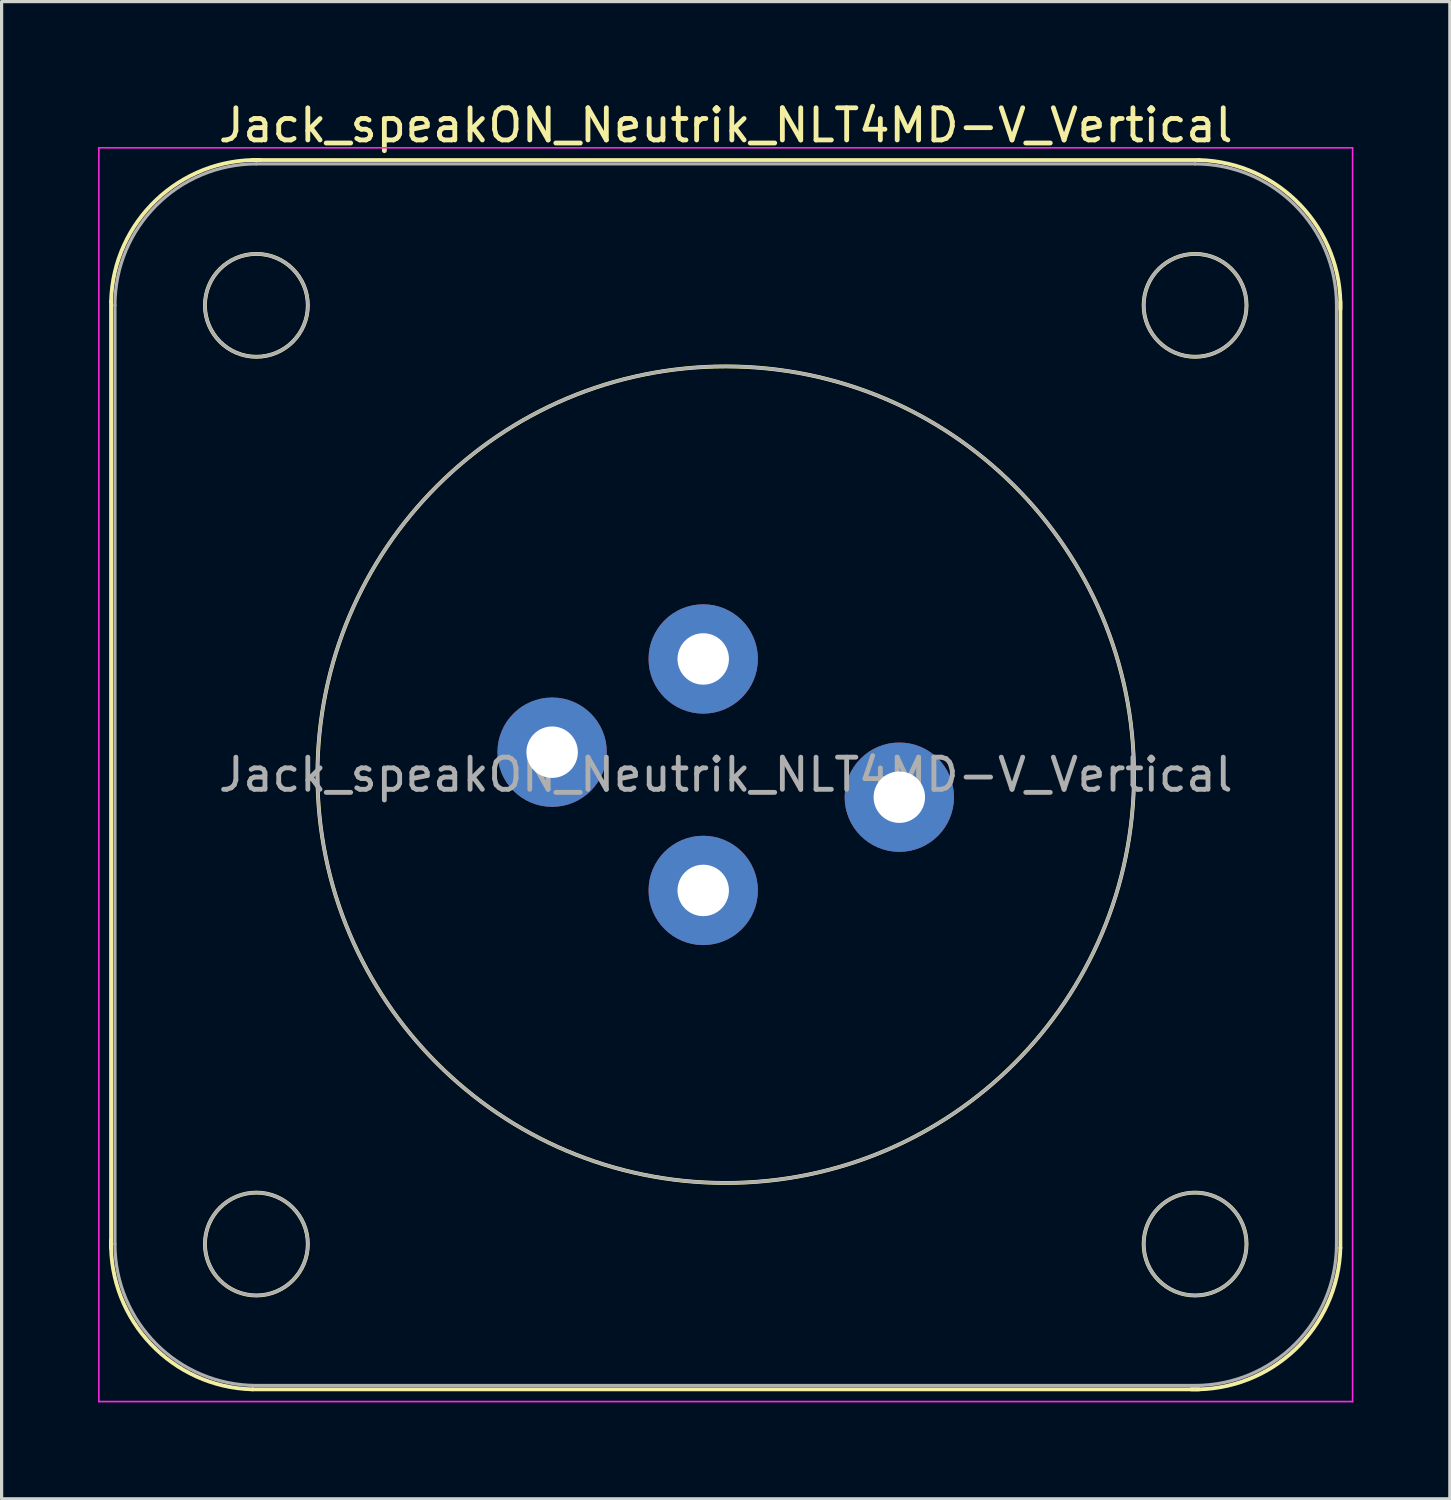
<source format=kicad_pcb>
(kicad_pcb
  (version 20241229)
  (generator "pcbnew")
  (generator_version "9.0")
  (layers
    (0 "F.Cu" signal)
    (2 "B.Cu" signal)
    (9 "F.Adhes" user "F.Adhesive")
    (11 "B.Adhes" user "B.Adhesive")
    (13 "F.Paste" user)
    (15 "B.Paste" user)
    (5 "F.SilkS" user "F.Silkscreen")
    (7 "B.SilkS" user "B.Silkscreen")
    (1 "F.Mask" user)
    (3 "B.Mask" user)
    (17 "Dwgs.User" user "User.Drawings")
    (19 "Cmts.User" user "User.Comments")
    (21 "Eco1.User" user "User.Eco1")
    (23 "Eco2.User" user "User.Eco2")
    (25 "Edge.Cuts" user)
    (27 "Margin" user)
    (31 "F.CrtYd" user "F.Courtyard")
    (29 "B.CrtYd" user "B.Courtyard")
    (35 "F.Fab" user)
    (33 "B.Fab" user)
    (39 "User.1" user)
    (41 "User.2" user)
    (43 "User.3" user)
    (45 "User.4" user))
  (footprint "Jack_speakON_Neutrik_NLT4MD-V_Vertical"
    (layer "F.Cu")
    (at 18.825 17.448)
    (property "Reference" "Jack_speakON_Neutrik_NLT4MD-V_Vertical" (at 0.7 -16.6 0) (layer "F.SilkS") (effects (font (size 1 1) (thickness 0.15))))
    (attr through_hole)
    (fp_line (start -18.42 18.32) (end -18.42 -11.12) (stroke (width 0.12) (type solid)) (layer "F.SilkS"))
    (fp_line (start -14.02 -15.52) (end 15.42 -15.52) (stroke (width 0.12) (type solid)) (layer "F.SilkS"))
    (fp_line (start -14.02 22.72) (end 15.42 22.72) (stroke (width 0.12) (type solid)) (layer "F.SilkS"))
    (fp_line (start 19.82 18.32) (end 19.82 -11.12) (stroke (width 0.12) (type solid)) (layer "F.SilkS"))
    (fp_arc (start -18.42 -11.12) (mid -17.01127 -14.280975) (end -13.78 -15.52) (stroke (width 0.12) (type solid)) (layer "F.SilkS"))
    (fp_arc (start -14.02 22.72) (mid -17.180975 21.31127) (end -18.42 18.08) (stroke (width 0.12) (type solid)) (layer "F.SilkS"))
    (fp_arc (start 15.42 -15.52) (mid 18.580975 -14.11127) (end 19.82 -10.88) (stroke (width 0.12) (type solid)) (layer "F.SilkS"))
    (fp_arc (start 19.82 18.32) (mid 18.41127 21.480975) (end 15.18 22.72) (stroke (width 0.12) (type solid)) (layer "F.SilkS"))
    (fp_circle (center -13.9 -11) (end -12.3 -11) (stroke (width 0.12) (type solid)) (fill no) (layer "F.SilkS"))
    (fp_circle (center -13.9 18.2) (end -12.3 18.2) (stroke (width 0.12) (type solid)) (fill no) (layer "F.SilkS"))
    (fp_circle (center 0.7 3.6) (end 13.4 3.6) (stroke (width 0.12) (type solid)) (fill no) (layer "F.SilkS"))
    (fp_circle (center 15.3 -11) (end 16.9 -11) (stroke (width 0.12) (type solid)) (fill no) (layer "F.SilkS"))
    (fp_circle (center 15.3 18.2) (end 16.9 18.2) (stroke (width 0.12) (type solid)) (fill no) (layer "F.SilkS"))
    (fp_line (start -18.8 -15.9) (end 20.2 -15.9) (stroke (width 0.05) (type solid)) (layer "F.CrtYd"))
    (fp_line (start -18.8 23.1) (end -18.8 -15.9) (stroke (width 0.05) (type solid)) (layer "F.CrtYd"))
    (fp_line (start -18.8 23.1) (end 20.2 23.1) (stroke (width 0.05) (type solid)) (layer "F.CrtYd"))
    (fp_line (start 20.2 23.1) (end 20.2 -15.9) (stroke (width 0.05) (type solid)) (layer "F.CrtYd"))
    (fp_line (start -18.3 18.2) (end -18.3 -11) (stroke (width 0.1) (type solid)) (layer "F.Fab"))
    (fp_line (start -13.9 -15.4) (end 15.3 -15.4) (stroke (width 0.1) (type solid)) (layer "F.Fab"))
    (fp_line (start -13.9 22.6) (end 15.3 22.6) (stroke (width 0.1) (type solid)) (layer "F.Fab"))
    (fp_line (start 19.7 18.2) (end 19.7 -11) (stroke (width 0.1) (type solid)) (layer "F.Fab"))
    (fp_arc (start -18.3 -11) (mid -17.01127 -14.11127) (end -13.9 -15.4) (stroke (width 0.1) (type solid)) (layer "F.Fab"))
    (fp_arc (start -13.9 22.6) (mid -17.01127 21.31127) (end -18.3 18.2) (stroke (width 0.1) (type solid)) (layer "F.Fab"))
    (fp_arc (start 15.3 -15.4) (mid 18.41127 -14.11127) (end 19.7 -11) (stroke (width 0.1) (type solid)) (layer "F.Fab"))
    (fp_arc (start 19.7 18.2) (mid 18.41127 21.31127) (end 15.3 22.6) (stroke (width 0.1) (type solid)) (layer "F.Fab"))
    (fp_circle (center -13.9 -11) (end -12.3 -11) (stroke (width 0.1) (type solid)) (fill no) (layer "F.Fab"))
    (fp_circle (center -13.9 18.2) (end -12.3 18.2) (stroke (width 0.1) (type solid)) (fill no) (layer "F.Fab"))
    (fp_circle (center 0.7 3.6) (end 13.4 3.6) (stroke (width 0.1) (type solid)) (fill no) (layer "F.Fab"))
    (fp_circle (center 15.3 -11) (end 13.7 -11) (stroke (width 0.1) (type solid)) (fill no) (layer "F.Fab"))
    (fp_circle (center 15.3 18.2) (end 13.7 18.2) (stroke (width 0.1) (type solid)) (fill no) (layer "F.Fab"))
    (fp_text user "${REFERENCE}" (at 0.7 3.6 0) (layer "F.Fab") (effects (font (size 1 1) (thickness 0.15))))
    (pad "1+" thru_hole circle (at 0 0) (size 3.4 3.4) (drill 1.6) (layers "*.Cu" "*.Mask"))
    (pad "1-" thru_hole circle (at -4.7 2.9) (size 3.4 3.4) (drill 1.6) (layers "*.Cu" "*.Mask"))
    (pad "2+" thru_hole circle (at 0 7.2) (size 3.4 3.4) (drill 1.6) (layers "*.Cu" "*.Mask"))
    (pad "2-" thru_hole circle (at 6.1 4.3) (size 3.4 3.4) (drill 1.6) (layers "*.Cu" "*.Mask")))
  (gr_rect
    (start -3 -3)
    (end 42.05 43.573)
    (stroke (width 0.1) (type default))
    (fill no)
    (layer "Edge.Cuts")))
</source>
